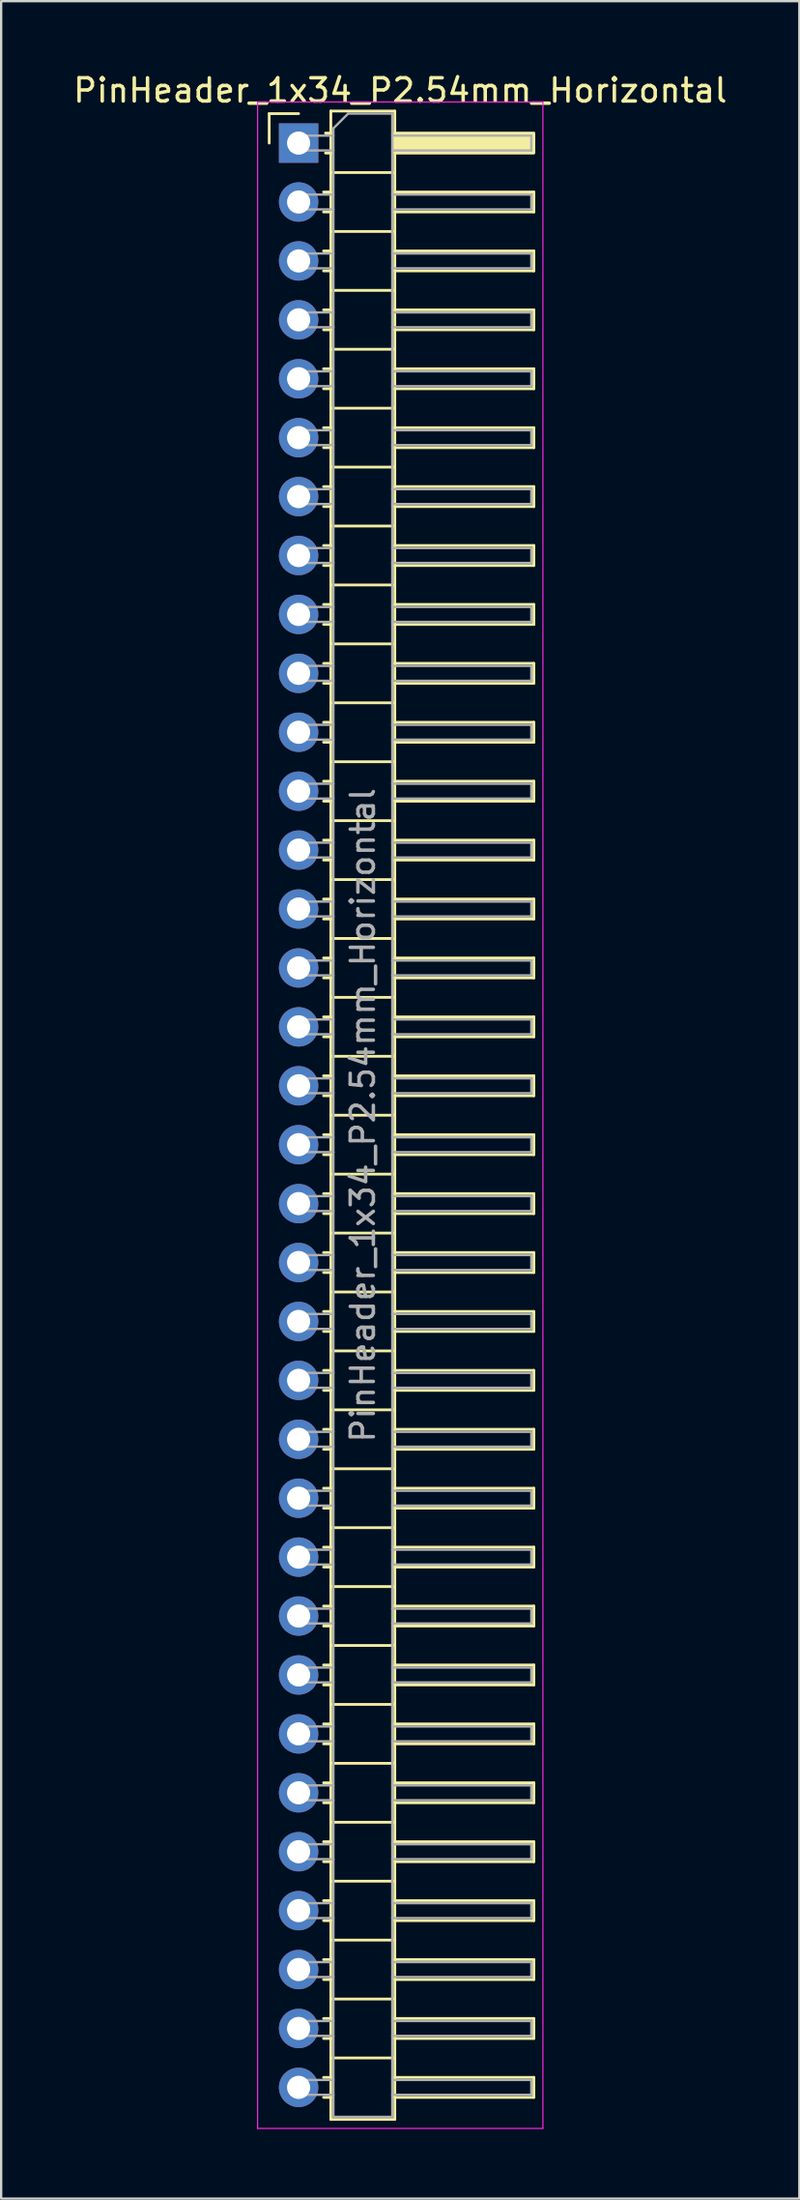
<source format=kicad_pcb>
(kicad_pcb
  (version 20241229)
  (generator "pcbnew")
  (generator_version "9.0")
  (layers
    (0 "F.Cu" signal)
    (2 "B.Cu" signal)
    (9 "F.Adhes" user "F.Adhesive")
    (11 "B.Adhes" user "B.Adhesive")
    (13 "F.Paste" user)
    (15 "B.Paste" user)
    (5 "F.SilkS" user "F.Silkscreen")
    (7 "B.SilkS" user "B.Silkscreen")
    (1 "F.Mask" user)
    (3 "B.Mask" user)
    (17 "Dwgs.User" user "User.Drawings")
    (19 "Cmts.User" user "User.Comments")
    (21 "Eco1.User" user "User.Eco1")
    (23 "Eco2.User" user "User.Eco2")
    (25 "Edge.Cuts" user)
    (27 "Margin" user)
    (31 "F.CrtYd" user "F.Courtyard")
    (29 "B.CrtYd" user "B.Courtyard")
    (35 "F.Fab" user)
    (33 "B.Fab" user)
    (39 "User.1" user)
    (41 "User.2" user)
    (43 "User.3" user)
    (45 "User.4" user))
  (footprint "PinHeader_1x34_P2.54mm_Horizontal"
    (layer "F.Cu")
    (at 9.835 3.118)
    (property "Reference" "PinHeader_1x34_P2.54mm_Horizontal" (at 4.385 -2.27 0) (layer "F.SilkS") (effects (font (size 1 1) (thickness 0.15))))
    (attr through_hole)
    (fp_line (start -1.27 -1.27) (end 0 -1.27) (stroke (width 0.12) (type solid)) (layer "F.SilkS"))
    (fp_line (start -1.27 0) (end -1.27 -1.27) (stroke (width 0.12) (type solid)) (layer "F.SilkS"))
    (fp_line (start 1.077 2.11) (end 1.39 2.11) (stroke (width 0.12) (type solid)) (layer "F.SilkS"))
    (fp_line (start 1.077 2.97) (end 1.39 2.97) (stroke (width 0.12) (type solid)) (layer "F.SilkS"))
    (fp_line (start 1.077 4.65) (end 1.39 4.65) (stroke (width 0.12) (type solid)) (layer "F.SilkS"))
    (fp_line (start 1.077 5.51) (end 1.39 5.51) (stroke (width 0.12) (type solid)) (layer "F.SilkS"))
    (fp_line (start 1.077 7.19) (end 1.39 7.19) (stroke (width 0.12) (type solid)) (layer "F.SilkS"))
    (fp_line (start 1.077 8.05) (end 1.39 8.05) (stroke (width 0.12) (type solid)) (layer "F.SilkS"))
    (fp_line (start 1.077 9.73) (end 1.39 9.73) (stroke (width 0.12) (type solid)) (layer "F.SilkS"))
    (fp_line (start 1.077 10.59) (end 1.39 10.59) (stroke (width 0.12) (type solid)) (layer "F.SilkS"))
    (fp_line (start 1.077 12.27) (end 1.39 12.27) (stroke (width 0.12) (type solid)) (layer "F.SilkS"))
    (fp_line (start 1.077 13.13) (end 1.39 13.13) (stroke (width 0.12) (type solid)) (layer "F.SilkS"))
    (fp_line (start 1.077 14.81) (end 1.39 14.81) (stroke (width 0.12) (type solid)) (layer "F.SilkS"))
    (fp_line (start 1.077 15.67) (end 1.39 15.67) (stroke (width 0.12) (type solid)) (layer "F.SilkS"))
    (fp_line (start 1.077 17.35) (end 1.39 17.35) (stroke (width 0.12) (type solid)) (layer "F.SilkS"))
    (fp_line (start 1.077 18.21) (end 1.39 18.21) (stroke (width 0.12) (type solid)) (layer "F.SilkS"))
    (fp_line (start 1.077 19.89) (end 1.39 19.89) (stroke (width 0.12) (type solid)) (layer "F.SilkS"))
    (fp_line (start 1.077 20.75) (end 1.39 20.75) (stroke (width 0.12) (type solid)) (layer "F.SilkS"))
    (fp_line (start 1.077 22.43) (end 1.39 22.43) (stroke (width 0.12) (type solid)) (layer "F.SilkS"))
    (fp_line (start 1.077 23.29) (end 1.39 23.29) (stroke (width 0.12) (type solid)) (layer "F.SilkS"))
    (fp_line (start 1.077 24.97) (end 1.39 24.97) (stroke (width 0.12) (type solid)) (layer "F.SilkS"))
    (fp_line (start 1.077 25.83) (end 1.39 25.83) (stroke (width 0.12) (type solid)) (layer "F.SilkS"))
    (fp_line (start 1.077 27.51) (end 1.39 27.51) (stroke (width 0.12) (type solid)) (layer "F.SilkS"))
    (fp_line (start 1.077 28.37) (end 1.39 28.37) (stroke (width 0.12) (type solid)) (layer "F.SilkS"))
    (fp_line (start 1.077 30.05) (end 1.39 30.05) (stroke (width 0.12) (type solid)) (layer "F.SilkS"))
    (fp_line (start 1.077 30.91) (end 1.39 30.91) (stroke (width 0.12) (type solid)) (layer "F.SilkS"))
    (fp_line (start 1.077 32.59) (end 1.39 32.59) (stroke (width 0.12) (type solid)) (layer "F.SilkS"))
    (fp_line (start 1.077 33.45) (end 1.39 33.45) (stroke (width 0.12) (type solid)) (layer "F.SilkS"))
    (fp_line (start 1.077 35.13) (end 1.39 35.13) (stroke (width 0.12) (type solid)) (layer "F.SilkS"))
    (fp_line (start 1.077 35.99) (end 1.39 35.99) (stroke (width 0.12) (type solid)) (layer "F.SilkS"))
    (fp_line (start 1.077 37.67) (end 1.39 37.67) (stroke (width 0.12) (type solid)) (layer "F.SilkS"))
    (fp_line (start 1.077 38.53) (end 1.39 38.53) (stroke (width 0.12) (type solid)) (layer "F.SilkS"))
    (fp_line (start 1.077 40.21) (end 1.39 40.21) (stroke (width 0.12) (type solid)) (layer "F.SilkS"))
    (fp_line (start 1.077 41.07) (end 1.39 41.07) (stroke (width 0.12) (type solid)) (layer "F.SilkS"))
    (fp_line (start 1.077 42.75) (end 1.39 42.75) (stroke (width 0.12) (type solid)) (layer "F.SilkS"))
    (fp_line (start 1.077 43.61) (end 1.39 43.61) (stroke (width 0.12) (type solid)) (layer "F.SilkS"))
    (fp_line (start 1.077 45.29) (end 1.39 45.29) (stroke (width 0.12) (type solid)) (layer "F.SilkS"))
    (fp_line (start 1.077 46.15) (end 1.39 46.15) (stroke (width 0.12) (type solid)) (layer "F.SilkS"))
    (fp_line (start 1.077 47.83) (end 1.39 47.83) (stroke (width 0.12) (type solid)) (layer "F.SilkS"))
    (fp_line (start 1.077 48.69) (end 1.39 48.69) (stroke (width 0.12) (type solid)) (layer "F.SilkS"))
    (fp_line (start 1.077 50.37) (end 1.39 50.37) (stroke (width 0.12) (type solid)) (layer "F.SilkS"))
    (fp_line (start 1.077 51.23) (end 1.39 51.23) (stroke (width 0.12) (type solid)) (layer "F.SilkS"))
    (fp_line (start 1.077 52.91) (end 1.39 52.91) (stroke (width 0.12) (type solid)) (layer "F.SilkS"))
    (fp_line (start 1.077 53.77) (end 1.39 53.77) (stroke (width 0.12) (type solid)) (layer "F.SilkS"))
    (fp_line (start 1.077 55.45) (end 1.39 55.45) (stroke (width 0.12) (type solid)) (layer "F.SilkS"))
    (fp_line (start 1.077 56.31) (end 1.39 56.31) (stroke (width 0.12) (type solid)) (layer "F.SilkS"))
    (fp_line (start 1.077 57.99) (end 1.39 57.99) (stroke (width 0.12) (type solid)) (layer "F.SilkS"))
    (fp_line (start 1.077 58.85) (end 1.39 58.85) (stroke (width 0.12) (type solid)) (layer "F.SilkS"))
    (fp_line (start 1.077 60.53) (end 1.39 60.53) (stroke (width 0.12) (type solid)) (layer "F.SilkS"))
    (fp_line (start 1.077 61.39) (end 1.39 61.39) (stroke (width 0.12) (type solid)) (layer "F.SilkS"))
    (fp_line (start 1.077 63.07) (end 1.39 63.07) (stroke (width 0.12) (type solid)) (layer "F.SilkS"))
    (fp_line (start 1.077 63.93) (end 1.39 63.93) (stroke (width 0.12) (type solid)) (layer "F.SilkS"))
    (fp_line (start 1.077 65.61) (end 1.39 65.61) (stroke (width 0.12) (type solid)) (layer "F.SilkS"))
    (fp_line (start 1.077 66.47) (end 1.39 66.47) (stroke (width 0.12) (type solid)) (layer "F.SilkS"))
    (fp_line (start 1.077 68.15) (end 1.39 68.15) (stroke (width 0.12) (type solid)) (layer "F.SilkS"))
    (fp_line (start 1.077 69.01) (end 1.39 69.01) (stroke (width 0.12) (type solid)) (layer "F.SilkS"))
    (fp_line (start 1.077 70.69) (end 1.39 70.69) (stroke (width 0.12) (type solid)) (layer "F.SilkS"))
    (fp_line (start 1.077 71.55) (end 1.39 71.55) (stroke (width 0.12) (type solid)) (layer "F.SilkS"))
    (fp_line (start 1.077 73.23) (end 1.39 73.23) (stroke (width 0.12) (type solid)) (layer "F.SilkS"))
    (fp_line (start 1.077 74.09) (end 1.39 74.09) (stroke (width 0.12) (type solid)) (layer "F.SilkS"))
    (fp_line (start 1.077 75.77) (end 1.39 75.77) (stroke (width 0.12) (type solid)) (layer "F.SilkS"))
    (fp_line (start 1.077 76.63) (end 1.39 76.63) (stroke (width 0.12) (type solid)) (layer "F.SilkS"))
    (fp_line (start 1.077 78.31) (end 1.39 78.31) (stroke (width 0.12) (type solid)) (layer "F.SilkS"))
    (fp_line (start 1.077 79.17) (end 1.39 79.17) (stroke (width 0.12) (type solid)) (layer "F.SilkS"))
    (fp_line (start 1.077 80.85) (end 1.39 80.85) (stroke (width 0.12) (type solid)) (layer "F.SilkS"))
    (fp_line (start 1.077 81.71) (end 1.39 81.71) (stroke (width 0.12) (type solid)) (layer "F.SilkS"))
    (fp_line (start 1.077 83.39) (end 1.39 83.39) (stroke (width 0.12) (type solid)) (layer "F.SilkS"))
    (fp_line (start 1.077 84.25) (end 1.39 84.25) (stroke (width 0.12) (type solid)) (layer "F.SilkS"))
    (fp_line (start 1.16 -0.43) (end 1.39 -0.43) (stroke (width 0.12) (type solid)) (layer "F.SilkS"))
    (fp_line (start 1.16 0.43) (end 1.39 0.43) (stroke (width 0.12) (type solid)) (layer "F.SilkS"))
    (fp_line (start 1.39 -1.38) (end 1.39 85.2) (stroke (width 0.12) (type solid)) (layer "F.SilkS"))
    (fp_line (start 1.39 1.27) (end 4.15 1.27) (stroke (width 0.12) (type solid)) (layer "F.SilkS"))
    (fp_line (start 1.39 3.81) (end 4.15 3.81) (stroke (width 0.12) (type solid)) (layer "F.SilkS"))
    (fp_line (start 1.39 6.35) (end 4.15 6.35) (stroke (width 0.12) (type solid)) (layer "F.SilkS"))
    (fp_line (start 1.39 8.89) (end 4.15 8.89) (stroke (width 0.12) (type solid)) (layer "F.SilkS"))
    (fp_line (start 1.39 11.43) (end 4.15 11.43) (stroke (width 0.12) (type solid)) (layer "F.SilkS"))
    (fp_line (start 1.39 13.97) (end 4.15 13.97) (stroke (width 0.12) (type solid)) (layer "F.SilkS"))
    (fp_line (start 1.39 16.51) (end 4.15 16.51) (stroke (width 0.12) (type solid)) (layer "F.SilkS"))
    (fp_line (start 1.39 19.05) (end 4.15 19.05) (stroke (width 0.12) (type solid)) (layer "F.SilkS"))
    (fp_line (start 1.39 21.59) (end 4.15 21.59) (stroke (width 0.12) (type solid)) (layer "F.SilkS"))
    (fp_line (start 1.39 24.13) (end 4.15 24.13) (stroke (width 0.12) (type solid)) (layer "F.SilkS"))
    (fp_line (start 1.39 26.67) (end 4.15 26.67) (stroke (width 0.12) (type solid)) (layer "F.SilkS"))
    (fp_line (start 1.39 29.21) (end 4.15 29.21) (stroke (width 0.12) (type solid)) (layer "F.SilkS"))
    (fp_line (start 1.39 31.75) (end 4.15 31.75) (stroke (width 0.12) (type solid)) (layer "F.SilkS"))
    (fp_line (start 1.39 34.29) (end 4.15 34.29) (stroke (width 0.12) (type solid)) (layer "F.SilkS"))
    (fp_line (start 1.39 36.83) (end 4.15 36.83) (stroke (width 0.12) (type solid)) (layer "F.SilkS"))
    (fp_line (start 1.39 39.37) (end 4.15 39.37) (stroke (width 0.12) (type solid)) (layer "F.SilkS"))
    (fp_line (start 1.39 41.91) (end 4.15 41.91) (stroke (width 0.12) (type solid)) (layer "F.SilkS"))
    (fp_line (start 1.39 44.45) (end 4.15 44.45) (stroke (width 0.12) (type solid)) (layer "F.SilkS"))
    (fp_line (start 1.39 46.99) (end 4.15 46.99) (stroke (width 0.12) (type solid)) (layer "F.SilkS"))
    (fp_line (start 1.39 49.53) (end 4.15 49.53) (stroke (width 0.12) (type solid)) (layer "F.SilkS"))
    (fp_line (start 1.39 52.07) (end 4.15 52.07) (stroke (width 0.12) (type solid)) (layer "F.SilkS"))
    (fp_line (start 1.39 54.61) (end 4.15 54.61) (stroke (width 0.12) (type solid)) (layer "F.SilkS"))
    (fp_line (start 1.39 57.15) (end 4.15 57.15) (stroke (width 0.12) (type solid)) (layer "F.SilkS"))
    (fp_line (start 1.39 59.69) (end 4.15 59.69) (stroke (width 0.12) (type solid)) (layer "F.SilkS"))
    (fp_line (start 1.39 62.23) (end 4.15 62.23) (stroke (width 0.12) (type solid)) (layer "F.SilkS"))
    (fp_line (start 1.39 64.77) (end 4.15 64.77) (stroke (width 0.12) (type solid)) (layer "F.SilkS"))
    (fp_line (start 1.39 67.31) (end 4.15 67.31) (stroke (width 0.12) (type solid)) (layer "F.SilkS"))
    (fp_line (start 1.39 69.85) (end 4.15 69.85) (stroke (width 0.12) (type solid)) (layer "F.SilkS"))
    (fp_line (start 1.39 72.39) (end 4.15 72.39) (stroke (width 0.12) (type solid)) (layer "F.SilkS"))
    (fp_line (start 1.39 74.93) (end 4.15 74.93) (stroke (width 0.12) (type solid)) (layer "F.SilkS"))
    (fp_line (start 1.39 77.47) (end 4.15 77.47) (stroke (width 0.12) (type solid)) (layer "F.SilkS"))
    (fp_line (start 1.39 80.01) (end 4.15 80.01) (stroke (width 0.12) (type solid)) (layer "F.SilkS"))
    (fp_line (start 1.39 82.55) (end 4.15 82.55) (stroke (width 0.12) (type solid)) (layer "F.SilkS"))
    (fp_line (start 1.39 85.2) (end 4.15 85.2) (stroke (width 0.12) (type solid)) (layer "F.SilkS"))
    (fp_line (start 4.15 -1.38) (end 1.39 -1.38) (stroke (width 0.12) (type solid)) (layer "F.SilkS"))
    (fp_line (start 4.15 2.11) (end 10.15 2.11) (stroke (width 0.12) (type solid)) (layer "F.SilkS"))
    (fp_line (start 4.15 4.65) (end 10.15 4.65) (stroke (width 0.12) (type solid)) (layer "F.SilkS"))
    (fp_line (start 4.15 7.19) (end 10.15 7.19) (stroke (width 0.12) (type solid)) (layer "F.SilkS"))
    (fp_line (start 4.15 9.73) (end 10.15 9.73) (stroke (width 0.12) (type solid)) (layer "F.SilkS"))
    (fp_line (start 4.15 12.27) (end 10.15 12.27) (stroke (width 0.12) (type solid)) (layer "F.SilkS"))
    (fp_line (start 4.15 14.81) (end 10.15 14.81) (stroke (width 0.12) (type solid)) (layer "F.SilkS"))
    (fp_line (start 4.15 17.35) (end 10.15 17.35) (stroke (width 0.12) (type solid)) (layer "F.SilkS"))
    (fp_line (start 4.15 19.89) (end 10.15 19.89) (stroke (width 0.12) (type solid)) (layer "F.SilkS"))
    (fp_line (start 4.15 22.43) (end 10.15 22.43) (stroke (width 0.12) (type solid)) (layer "F.SilkS"))
    (fp_line (start 4.15 24.97) (end 10.15 24.97) (stroke (width 0.12) (type solid)) (layer "F.SilkS"))
    (fp_line (start 4.15 27.51) (end 10.15 27.51) (stroke (width 0.12) (type solid)) (layer "F.SilkS"))
    (fp_line (start 4.15 30.05) (end 10.15 30.05) (stroke (width 0.12) (type solid)) (layer "F.SilkS"))
    (fp_line (start 4.15 32.59) (end 10.15 32.59) (stroke (width 0.12) (type solid)) (layer "F.SilkS"))
    (fp_line (start 4.15 35.13) (end 10.15 35.13) (stroke (width 0.12) (type solid)) (layer "F.SilkS"))
    (fp_line (start 4.15 37.67) (end 10.15 37.67) (stroke (width 0.12) (type solid)) (layer "F.SilkS"))
    (fp_line (start 4.15 40.21) (end 10.15 40.21) (stroke (width 0.12) (type solid)) (layer "F.SilkS"))
    (fp_line (start 4.15 42.75) (end 10.15 42.75) (stroke (width 0.12) (type solid)) (layer "F.SilkS"))
    (fp_line (start 4.15 45.29) (end 10.15 45.29) (stroke (width 0.12) (type solid)) (layer "F.SilkS"))
    (fp_line (start 4.15 47.83) (end 10.15 47.83) (stroke (width 0.12) (type solid)) (layer "F.SilkS"))
    (fp_line (start 4.15 50.37) (end 10.15 50.37) (stroke (width 0.12) (type solid)) (layer "F.SilkS"))
    (fp_line (start 4.15 52.91) (end 10.15 52.91) (stroke (width 0.12) (type solid)) (layer "F.SilkS"))
    (fp_line (start 4.15 55.45) (end 10.15 55.45) (stroke (width 0.12) (type solid)) (layer "F.SilkS"))
    (fp_line (start 4.15 57.99) (end 10.15 57.99) (stroke (width 0.12) (type solid)) (layer "F.SilkS"))
    (fp_line (start 4.15 60.53) (end 10.15 60.53) (stroke (width 0.12) (type solid)) (layer "F.SilkS"))
    (fp_line (start 4.15 63.07) (end 10.15 63.07) (stroke (width 0.12) (type solid)) (layer "F.SilkS"))
    (fp_line (start 4.15 65.61) (end 10.15 65.61) (stroke (width 0.12) (type solid)) (layer "F.SilkS"))
    (fp_line (start 4.15 68.15) (end 10.15 68.15) (stroke (width 0.12) (type solid)) (layer "F.SilkS"))
    (fp_line (start 4.15 70.69) (end 10.15 70.69) (stroke (width 0.12) (type solid)) (layer "F.SilkS"))
    (fp_line (start 4.15 73.23) (end 10.15 73.23) (stroke (width 0.12) (type solid)) (layer "F.SilkS"))
    (fp_line (start 4.15 75.77) (end 10.15 75.77) (stroke (width 0.12) (type solid)) (layer "F.SilkS"))
    (fp_line (start 4.15 78.31) (end 10.15 78.31) (stroke (width 0.12) (type solid)) (layer "F.SilkS"))
    (fp_line (start 4.15 80.85) (end 10.15 80.85) (stroke (width 0.12) (type solid)) (layer "F.SilkS"))
    (fp_line (start 4.15 83.39) (end 10.15 83.39) (stroke (width 0.12) (type solid)) (layer "F.SilkS"))
    (fp_line (start 4.15 85.2) (end 4.15 -1.38) (stroke (width 0.12) (type solid)) (layer "F.SilkS"))
    (fp_line (start 10.15 2.11) (end 10.15 2.97) (stroke (width 0.12) (type solid)) (layer "F.SilkS"))
    (fp_line (start 10.15 2.97) (end 4.15 2.97) (stroke (width 0.12) (type solid)) (layer "F.SilkS"))
    (fp_line (start 10.15 4.65) (end 10.15 5.51) (stroke (width 0.12) (type solid)) (layer "F.SilkS"))
    (fp_line (start 10.15 5.51) (end 4.15 5.51) (stroke (width 0.12) (type solid)) (layer "F.SilkS"))
    (fp_line (start 10.15 7.19) (end 10.15 8.05) (stroke (width 0.12) (type solid)) (layer "F.SilkS"))
    (fp_line (start 10.15 8.05) (end 4.15 8.05) (stroke (width 0.12) (type solid)) (layer "F.SilkS"))
    (fp_line (start 10.15 9.73) (end 10.15 10.59) (stroke (width 0.12) (type solid)) (layer "F.SilkS"))
    (fp_line (start 10.15 10.59) (end 4.15 10.59) (stroke (width 0.12) (type solid)) (layer "F.SilkS"))
    (fp_line (start 10.15 12.27) (end 10.15 13.13) (stroke (width 0.12) (type solid)) (layer "F.SilkS"))
    (fp_line (start 10.15 13.13) (end 4.15 13.13) (stroke (width 0.12) (type solid)) (layer "F.SilkS"))
    (fp_line (start 10.15 14.81) (end 10.15 15.67) (stroke (width 0.12) (type solid)) (layer "F.SilkS"))
    (fp_line (start 10.15 15.67) (end 4.15 15.67) (stroke (width 0.12) (type solid)) (layer "F.SilkS"))
    (fp_line (start 10.15 17.35) (end 10.15 18.21) (stroke (width 0.12) (type solid)) (layer "F.SilkS"))
    (fp_line (start 10.15 18.21) (end 4.15 18.21) (stroke (width 0.12) (type solid)) (layer "F.SilkS"))
    (fp_line (start 10.15 19.89) (end 10.15 20.75) (stroke (width 0.12) (type solid)) (layer "F.SilkS"))
    (fp_line (start 10.15 20.75) (end 4.15 20.75) (stroke (width 0.12) (type solid)) (layer "F.SilkS"))
    (fp_line (start 10.15 22.43) (end 10.15 23.29) (stroke (width 0.12) (type solid)) (layer "F.SilkS"))
    (fp_line (start 10.15 23.29) (end 4.15 23.29) (stroke (width 0.12) (type solid)) (layer "F.SilkS"))
    (fp_line (start 10.15 24.97) (end 10.15 25.83) (stroke (width 0.12) (type solid)) (layer "F.SilkS"))
    (fp_line (start 10.15 25.83) (end 4.15 25.83) (stroke (width 0.12) (type solid)) (layer "F.SilkS"))
    (fp_line (start 10.15 27.51) (end 10.15 28.37) (stroke (width 0.12) (type solid)) (layer "F.SilkS"))
    (fp_line (start 10.15 28.37) (end 4.15 28.37) (stroke (width 0.12) (type solid)) (layer "F.SilkS"))
    (fp_line (start 10.15 30.05) (end 10.15 30.91) (stroke (width 0.12) (type solid)) (layer "F.SilkS"))
    (fp_line (start 10.15 30.91) (end 4.15 30.91) (stroke (width 0.12) (type solid)) (layer "F.SilkS"))
    (fp_line (start 10.15 32.59) (end 10.15 33.45) (stroke (width 0.12) (type solid)) (layer "F.SilkS"))
    (fp_line (start 10.15 33.45) (end 4.15 33.45) (stroke (width 0.12) (type solid)) (layer "F.SilkS"))
    (fp_line (start 10.15 35.13) (end 10.15 35.99) (stroke (width 0.12) (type solid)) (layer "F.SilkS"))
    (fp_line (start 10.15 35.99) (end 4.15 35.99) (stroke (width 0.12) (type solid)) (layer "F.SilkS"))
    (fp_line (start 10.15 37.67) (end 10.15 38.53) (stroke (width 0.12) (type solid)) (layer "F.SilkS"))
    (fp_line (start 10.15 38.53) (end 4.15 38.53) (stroke (width 0.12) (type solid)) (layer "F.SilkS"))
    (fp_line (start 10.15 40.21) (end 10.15 41.07) (stroke (width 0.12) (type solid)) (layer "F.SilkS"))
    (fp_line (start 10.15 41.07) (end 4.15 41.07) (stroke (width 0.12) (type solid)) (layer "F.SilkS"))
    (fp_line (start 10.15 42.75) (end 10.15 43.61) (stroke (width 0.12) (type solid)) (layer "F.SilkS"))
    (fp_line (start 10.15 43.61) (end 4.15 43.61) (stroke (width 0.12) (type solid)) (layer "F.SilkS"))
    (fp_line (start 10.15 45.29) (end 10.15 46.15) (stroke (width 0.12) (type solid)) (layer "F.SilkS"))
    (fp_line (start 10.15 46.15) (end 4.15 46.15) (stroke (width 0.12) (type solid)) (layer "F.SilkS"))
    (fp_line (start 10.15 47.83) (end 10.15 48.69) (stroke (width 0.12) (type solid)) (layer "F.SilkS"))
    (fp_line (start 10.15 48.69) (end 4.15 48.69) (stroke (width 0.12) (type solid)) (layer "F.SilkS"))
    (fp_line (start 10.15 50.37) (end 10.15 51.23) (stroke (width 0.12) (type solid)) (layer "F.SilkS"))
    (fp_line (start 10.15 51.23) (end 4.15 51.23) (stroke (width 0.12) (type solid)) (layer "F.SilkS"))
    (fp_line (start 10.15 52.91) (end 10.15 53.77) (stroke (width 0.12) (type solid)) (layer "F.SilkS"))
    (fp_line (start 10.15 53.77) (end 4.15 53.77) (stroke (width 0.12) (type solid)) (layer "F.SilkS"))
    (fp_line (start 10.15 55.45) (end 10.15 56.31) (stroke (width 0.12) (type solid)) (layer "F.SilkS"))
    (fp_line (start 10.15 56.31) (end 4.15 56.31) (stroke (width 0.12) (type solid)) (layer "F.SilkS"))
    (fp_line (start 10.15 57.99) (end 10.15 58.85) (stroke (width 0.12) (type solid)) (layer "F.SilkS"))
    (fp_line (start 10.15 58.85) (end 4.15 58.85) (stroke (width 0.12) (type solid)) (layer "F.SilkS"))
    (fp_line (start 10.15 60.53) (end 10.15 61.39) (stroke (width 0.12) (type solid)) (layer "F.SilkS"))
    (fp_line (start 10.15 61.39) (end 4.15 61.39) (stroke (width 0.12) (type solid)) (layer "F.SilkS"))
    (fp_line (start 10.15 63.07) (end 10.15 63.93) (stroke (width 0.12) (type solid)) (layer "F.SilkS"))
    (fp_line (start 10.15 63.93) (end 4.15 63.93) (stroke (width 0.12) (type solid)) (layer "F.SilkS"))
    (fp_line (start 10.15 65.61) (end 10.15 66.47) (stroke (width 0.12) (type solid)) (layer "F.SilkS"))
    (fp_line (start 10.15 66.47) (end 4.15 66.47) (stroke (width 0.12) (type solid)) (layer "F.SilkS"))
    (fp_line (start 10.15 68.15) (end 10.15 69.01) (stroke (width 0.12) (type solid)) (layer "F.SilkS"))
    (fp_line (start 10.15 69.01) (end 4.15 69.01) (stroke (width 0.12) (type solid)) (layer "F.SilkS"))
    (fp_line (start 10.15 70.69) (end 10.15 71.55) (stroke (width 0.12) (type solid)) (layer "F.SilkS"))
    (fp_line (start 10.15 71.55) (end 4.15 71.55) (stroke (width 0.12) (type solid)) (layer "F.SilkS"))
    (fp_line (start 10.15 73.23) (end 10.15 74.09) (stroke (width 0.12) (type solid)) (layer "F.SilkS"))
    (fp_line (start 10.15 74.09) (end 4.15 74.09) (stroke (width 0.12) (type solid)) (layer "F.SilkS"))
    (fp_line (start 10.15 75.77) (end 10.15 76.63) (stroke (width 0.12) (type solid)) (layer "F.SilkS"))
    (fp_line (start 10.15 76.63) (end 4.15 76.63) (stroke (width 0.12) (type solid)) (layer "F.SilkS"))
    (fp_line (start 10.15 78.31) (end 10.15 79.17) (stroke (width 0.12) (type solid)) (layer "F.SilkS"))
    (fp_line (start 10.15 79.17) (end 4.15 79.17) (stroke (width 0.12) (type solid)) (layer "F.SilkS"))
    (fp_line (start 10.15 80.85) (end 10.15 81.71) (stroke (width 0.12) (type solid)) (layer "F.SilkS"))
    (fp_line (start 10.15 81.71) (end 4.15 81.71) (stroke (width 0.12) (type solid)) (layer "F.SilkS"))
    (fp_line (start 10.15 83.39) (end 10.15 84.25) (stroke (width 0.12) (type solid)) (layer "F.SilkS"))
    (fp_line (start 10.15 84.25) (end 4.15 84.25) (stroke (width 0.12) (type solid)) (layer "F.SilkS"))
    (fp_rect (start 4.15 -0.43) (end 10.15 0.43) (stroke (width 0.12) (type solid)) (fill yes) (layer "F.SilkS"))
    (fp_line (start -1.77 -1.77) (end -1.77 85.59) (stroke (width 0.05) (type solid)) (layer "F.CrtYd"))
    (fp_line (start -1.77 85.59) (end 10.54 85.59) (stroke (width 0.05) (type solid)) (layer "F.CrtYd"))
    (fp_line (start 10.54 -1.77) (end -1.77 -1.77) (stroke (width 0.05) (type solid)) (layer "F.CrtYd"))
    (fp_line (start 10.54 85.59) (end 10.54 -1.77) (stroke (width 0.05) (type solid)) (layer "F.CrtYd"))
    (fp_line (start -0.32 -0.32) (end -0.32 0.32) (stroke (width 0.1) (type solid)) (layer "F.Fab"))
    (fp_line (start -0.32 -0.32) (end 1.5 -0.32) (stroke (width 0.1) (type solid)) (layer "F.Fab"))
    (fp_line (start -0.32 0.32) (end 1.5 0.32) (stroke (width 0.1) (type solid)) (layer "F.Fab"))
    (fp_line (start -0.32 2.22) (end -0.32 2.86) (stroke (width 0.1) (type solid)) (layer "F.Fab"))
    (fp_line (start -0.32 2.22) (end 1.5 2.22) (stroke (width 0.1) (type solid)) (layer "F.Fab"))
    (fp_line (start -0.32 2.86) (end 1.5 2.86) (stroke (width 0.1) (type solid)) (layer "F.Fab"))
    (fp_line (start -0.32 4.76) (end -0.32 5.4) (stroke (width 0.1) (type solid)) (layer "F.Fab"))
    (fp_line (start -0.32 4.76) (end 1.5 4.76) (stroke (width 0.1) (type solid)) (layer "F.Fab"))
    (fp_line (start -0.32 5.4) (end 1.5 5.4) (stroke (width 0.1) (type solid)) (layer "F.Fab"))
    (fp_line (start -0.32 7.3) (end -0.32 7.94) (stroke (width 0.1) (type solid)) (layer "F.Fab"))
    (fp_line (start -0.32 7.3) (end 1.5 7.3) (stroke (width 0.1) (type solid)) (layer "F.Fab"))
    (fp_line (start -0.32 7.94) (end 1.5 7.94) (stroke (width 0.1) (type solid)) (layer "F.Fab"))
    (fp_line (start -0.32 9.84) (end -0.32 10.48) (stroke (width 0.1) (type solid)) (layer "F.Fab"))
    (fp_line (start -0.32 9.84) (end 1.5 9.84) (stroke (width 0.1) (type solid)) (layer "F.Fab"))
    (fp_line (start -0.32 10.48) (end 1.5 10.48) (stroke (width 0.1) (type solid)) (layer "F.Fab"))
    (fp_line (start -0.32 12.38) (end -0.32 13.02) (stroke (width 0.1) (type solid)) (layer "F.Fab"))
    (fp_line (start -0.32 12.38) (end 1.5 12.38) (stroke (width 0.1) (type solid)) (layer "F.Fab"))
    (fp_line (start -0.32 13.02) (end 1.5 13.02) (stroke (width 0.1) (type solid)) (layer "F.Fab"))
    (fp_line (start -0.32 14.92) (end -0.32 15.56) (stroke (width 0.1) (type solid)) (layer "F.Fab"))
    (fp_line (start -0.32 14.92) (end 1.5 14.92) (stroke (width 0.1) (type solid)) (layer "F.Fab"))
    (fp_line (start -0.32 15.56) (end 1.5 15.56) (stroke (width 0.1) (type solid)) (layer "F.Fab"))
    (fp_line (start -0.32 17.46) (end -0.32 18.1) (stroke (width 0.1) (type solid)) (layer "F.Fab"))
    (fp_line (start -0.32 17.46) (end 1.5 17.46) (stroke (width 0.1) (type solid)) (layer "F.Fab"))
    (fp_line (start -0.32 18.1) (end 1.5 18.1) (stroke (width 0.1) (type solid)) (layer "F.Fab"))
    (fp_line (start -0.32 20) (end -0.32 20.64) (stroke (width 0.1) (type solid)) (layer "F.Fab"))
    (fp_line (start -0.32 20) (end 1.5 20) (stroke (width 0.1) (type solid)) (layer "F.Fab"))
    (fp_line (start -0.32 20.64) (end 1.5 20.64) (stroke (width 0.1) (type solid)) (layer "F.Fab"))
    (fp_line (start -0.32 22.54) (end -0.32 23.18) (stroke (width 0.1) (type solid)) (layer "F.Fab"))
    (fp_line (start -0.32 22.54) (end 1.5 22.54) (stroke (width 0.1) (type solid)) (layer "F.Fab"))
    (fp_line (start -0.32 23.18) (end 1.5 23.18) (stroke (width 0.1) (type solid)) (layer "F.Fab"))
    (fp_line (start -0.32 25.08) (end -0.32 25.72) (stroke (width 0.1) (type solid)) (layer "F.Fab"))
    (fp_line (start -0.32 25.08) (end 1.5 25.08) (stroke (width 0.1) (type solid)) (layer "F.Fab"))
    (fp_line (start -0.32 25.72) (end 1.5 25.72) (stroke (width 0.1) (type solid)) (layer "F.Fab"))
    (fp_line (start -0.32 27.62) (end -0.32 28.26) (stroke (width 0.1) (type solid)) (layer "F.Fab"))
    (fp_line (start -0.32 27.62) (end 1.5 27.62) (stroke (width 0.1) (type solid)) (layer "F.Fab"))
    (fp_line (start -0.32 28.26) (end 1.5 28.26) (stroke (width 0.1) (type solid)) (layer "F.Fab"))
    (fp_line (start -0.32 30.16) (end -0.32 30.8) (stroke (width 0.1) (type solid)) (layer "F.Fab"))
    (fp_line (start -0.32 30.16) (end 1.5 30.16) (stroke (width 0.1) (type solid)) (layer "F.Fab"))
    (fp_line (start -0.32 30.8) (end 1.5 30.8) (stroke (width 0.1) (type solid)) (layer "F.Fab"))
    (fp_line (start -0.32 32.7) (end -0.32 33.34) (stroke (width 0.1) (type solid)) (layer "F.Fab"))
    (fp_line (start -0.32 32.7) (end 1.5 32.7) (stroke (width 0.1) (type solid)) (layer "F.Fab"))
    (fp_line (start -0.32 33.34) (end 1.5 33.34) (stroke (width 0.1) (type solid)) (layer "F.Fab"))
    (fp_line (start -0.32 35.24) (end -0.32 35.88) (stroke (width 0.1) (type solid)) (layer "F.Fab"))
    (fp_line (start -0.32 35.24) (end 1.5 35.24) (stroke (width 0.1) (type solid)) (layer "F.Fab"))
    (fp_line (start -0.32 35.88) (end 1.5 35.88) (stroke (width 0.1) (type solid)) (layer "F.Fab"))
    (fp_line (start -0.32 37.78) (end -0.32 38.42) (stroke (width 0.1) (type solid)) (layer "F.Fab"))
    (fp_line (start -0.32 37.78) (end 1.5 37.78) (stroke (width 0.1) (type solid)) (layer "F.Fab"))
    (fp_line (start -0.32 38.42) (end 1.5 38.42) (stroke (width 0.1) (type solid)) (layer "F.Fab"))
    (fp_line (start -0.32 40.32) (end -0.32 40.96) (stroke (width 0.1) (type solid)) (layer "F.Fab"))
    (fp_line (start -0.32 40.32) (end 1.5 40.32) (stroke (width 0.1) (type solid)) (layer "F.Fab"))
    (fp_line (start -0.32 40.96) (end 1.5 40.96) (stroke (width 0.1) (type solid)) (layer "F.Fab"))
    (fp_line (start -0.32 42.86) (end -0.32 43.5) (stroke (width 0.1) (type solid)) (layer "F.Fab"))
    (fp_line (start -0.32 42.86) (end 1.5 42.86) (stroke (width 0.1) (type solid)) (layer "F.Fab"))
    (fp_line (start -0.32 43.5) (end 1.5 43.5) (stroke (width 0.1) (type solid)) (layer "F.Fab"))
    (fp_line (start -0.32 45.4) (end -0.32 46.04) (stroke (width 0.1) (type solid)) (layer "F.Fab"))
    (fp_line (start -0.32 45.4) (end 1.5 45.4) (stroke (width 0.1) (type solid)) (layer "F.Fab"))
    (fp_line (start -0.32 46.04) (end 1.5 46.04) (stroke (width 0.1) (type solid)) (layer "F.Fab"))
    (fp_line (start -0.32 47.94) (end -0.32 48.58) (stroke (width 0.1) (type solid)) (layer "F.Fab"))
    (fp_line (start -0.32 47.94) (end 1.5 47.94) (stroke (width 0.1) (type solid)) (layer "F.Fab"))
    (fp_line (start -0.32 48.58) (end 1.5 48.58) (stroke (width 0.1) (type solid)) (layer "F.Fab"))
    (fp_line (start -0.32 50.48) (end -0.32 51.12) (stroke (width 0.1) (type solid)) (layer "F.Fab"))
    (fp_line (start -0.32 50.48) (end 1.5 50.48) (stroke (width 0.1) (type solid)) (layer "F.Fab"))
    (fp_line (start -0.32 51.12) (end 1.5 51.12) (stroke (width 0.1) (type solid)) (layer "F.Fab"))
    (fp_line (start -0.32 53.02) (end -0.32 53.66) (stroke (width 0.1) (type solid)) (layer "F.Fab"))
    (fp_line (start -0.32 53.02) (end 1.5 53.02) (stroke (width 0.1) (type solid)) (layer "F.Fab"))
    (fp_line (start -0.32 53.66) (end 1.5 53.66) (stroke (width 0.1) (type solid)) (layer "F.Fab"))
    (fp_line (start -0.32 55.56) (end -0.32 56.2) (stroke (width 0.1) (type solid)) (layer "F.Fab"))
    (fp_line (start -0.32 55.56) (end 1.5 55.56) (stroke (width 0.1) (type solid)) (layer "F.Fab"))
    (fp_line (start -0.32 56.2) (end 1.5 56.2) (stroke (width 0.1) (type solid)) (layer "F.Fab"))
    (fp_line (start -0.32 58.1) (end -0.32 58.74) (stroke (width 0.1) (type solid)) (layer "F.Fab"))
    (fp_line (start -0.32 58.1) (end 1.5 58.1) (stroke (width 0.1) (type solid)) (layer "F.Fab"))
    (fp_line (start -0.32 58.74) (end 1.5 58.74) (stroke (width 0.1) (type solid)) (layer "F.Fab"))
    (fp_line (start -0.32 60.64) (end -0.32 61.28) (stroke (width 0.1) (type solid)) (layer "F.Fab"))
    (fp_line (start -0.32 60.64) (end 1.5 60.64) (stroke (width 0.1) (type solid)) (layer "F.Fab"))
    (fp_line (start -0.32 61.28) (end 1.5 61.28) (stroke (width 0.1) (type solid)) (layer "F.Fab"))
    (fp_line (start -0.32 63.18) (end -0.32 63.82) (stroke (width 0.1) (type solid)) (layer "F.Fab"))
    (fp_line (start -0.32 63.18) (end 1.5 63.18) (stroke (width 0.1) (type solid)) (layer "F.Fab"))
    (fp_line (start -0.32 63.82) (end 1.5 63.82) (stroke (width 0.1) (type solid)) (layer "F.Fab"))
    (fp_line (start -0.32 65.72) (end -0.32 66.36) (stroke (width 0.1) (type solid)) (layer "F.Fab"))
    (fp_line (start -0.32 65.72) (end 1.5 65.72) (stroke (width 0.1) (type solid)) (layer "F.Fab"))
    (fp_line (start -0.32 66.36) (end 1.5 66.36) (stroke (width 0.1) (type solid)) (layer "F.Fab"))
    (fp_line (start -0.32 68.26) (end -0.32 68.9) (stroke (width 0.1) (type solid)) (layer "F.Fab"))
    (fp_line (start -0.32 68.26) (end 1.5 68.26) (stroke (width 0.1) (type solid)) (layer "F.Fab"))
    (fp_line (start -0.32 68.9) (end 1.5 68.9) (stroke (width 0.1) (type solid)) (layer "F.Fab"))
    (fp_line (start -0.32 70.8) (end -0.32 71.44) (stroke (width 0.1) (type solid)) (layer "F.Fab"))
    (fp_line (start -0.32 70.8) (end 1.5 70.8) (stroke (width 0.1) (type solid)) (layer "F.Fab"))
    (fp_line (start -0.32 71.44) (end 1.5 71.44) (stroke (width 0.1) (type solid)) (layer "F.Fab"))
    (fp_line (start -0.32 73.34) (end -0.32 73.98) (stroke (width 0.1) (type solid)) (layer "F.Fab"))
    (fp_line (start -0.32 73.34) (end 1.5 73.34) (stroke (width 0.1) (type solid)) (layer "F.Fab"))
    (fp_line (start -0.32 73.98) (end 1.5 73.98) (stroke (width 0.1) (type solid)) (layer "F.Fab"))
    (fp_line (start -0.32 75.88) (end -0.32 76.52) (stroke (width 0.1) (type solid)) (layer "F.Fab"))
    (fp_line (start -0.32 75.88) (end 1.5 75.88) (stroke (width 0.1) (type solid)) (layer "F.Fab"))
    (fp_line (start -0.32 76.52) (end 1.5 76.52) (stroke (width 0.1) (type solid)) (layer "F.Fab"))
    (fp_line (start -0.32 78.42) (end -0.32 79.06) (stroke (width 0.1) (type solid)) (layer "F.Fab"))
    (fp_line (start -0.32 78.42) (end 1.5 78.42) (stroke (width 0.1) (type solid)) (layer "F.Fab"))
    (fp_line (start -0.32 79.06) (end 1.5 79.06) (stroke (width 0.1) (type solid)) (layer "F.Fab"))
    (fp_line (start -0.32 80.96) (end -0.32 81.6) (stroke (width 0.1) (type solid)) (layer "F.Fab"))
    (fp_line (start -0.32 80.96) (end 1.5 80.96) (stroke (width 0.1) (type solid)) (layer "F.Fab"))
    (fp_line (start -0.32 81.6) (end 1.5 81.6) (stroke (width 0.1) (type solid)) (layer "F.Fab"))
    (fp_line (start -0.32 83.5) (end -0.32 84.14) (stroke (width 0.1) (type solid)) (layer "F.Fab"))
    (fp_line (start -0.32 83.5) (end 1.5 83.5) (stroke (width 0.1) (type solid)) (layer "F.Fab"))
    (fp_line (start -0.32 84.14) (end 1.5 84.14) (stroke (width 0.1) (type solid)) (layer "F.Fab"))
    (fp_line (start 1.5 -0.635) (end 2.135 -1.27) (stroke (width 0.1) (type solid)) (layer "F.Fab"))
    (fp_line (start 1.5 85.09) (end 1.5 -0.635) (stroke (width 0.1) (type solid)) (layer "F.Fab"))
    (fp_line (start 2.135 -1.27) (end 4.04 -1.27) (stroke (width 0.1) (type solid)) (layer "F.Fab"))
    (fp_line (start 4.04 -1.27) (end 4.04 85.09) (stroke (width 0.1) (type solid)) (layer "F.Fab"))
    (fp_line (start 4.04 -0.32) (end 10.04 -0.32) (stroke (width 0.1) (type solid)) (layer "F.Fab"))
    (fp_line (start 4.04 0.32) (end 10.04 0.32) (stroke (width 0.1) (type solid)) (layer "F.Fab"))
    (fp_line (start 4.04 2.22) (end 10.04 2.22) (stroke (width 0.1) (type solid)) (layer "F.Fab"))
    (fp_line (start 4.04 2.86) (end 10.04 2.86) (stroke (width 0.1) (type solid)) (layer "F.Fab"))
    (fp_line (start 4.04 4.76) (end 10.04 4.76) (stroke (width 0.1) (type solid)) (layer "F.Fab"))
    (fp_line (start 4.04 5.4) (end 10.04 5.4) (stroke (width 0.1) (type solid)) (layer "F.Fab"))
    (fp_line (start 4.04 7.3) (end 10.04 7.3) (stroke (width 0.1) (type solid)) (layer "F.Fab"))
    (fp_line (start 4.04 7.94) (end 10.04 7.94) (stroke (width 0.1) (type solid)) (layer "F.Fab"))
    (fp_line (start 4.04 9.84) (end 10.04 9.84) (stroke (width 0.1) (type solid)) (layer "F.Fab"))
    (fp_line (start 4.04 10.48) (end 10.04 10.48) (stroke (width 0.1) (type solid)) (layer "F.Fab"))
    (fp_line (start 4.04 12.38) (end 10.04 12.38) (stroke (width 0.1) (type solid)) (layer "F.Fab"))
    (fp_line (start 4.04 13.02) (end 10.04 13.02) (stroke (width 0.1) (type solid)) (layer "F.Fab"))
    (fp_line (start 4.04 14.92) (end 10.04 14.92) (stroke (width 0.1) (type solid)) (layer "F.Fab"))
    (fp_line (start 4.04 15.56) (end 10.04 15.56) (stroke (width 0.1) (type solid)) (layer "F.Fab"))
    (fp_line (start 4.04 17.46) (end 10.04 17.46) (stroke (width 0.1) (type solid)) (layer "F.Fab"))
    (fp_line (start 4.04 18.1) (end 10.04 18.1) (stroke (width 0.1) (type solid)) (layer "F.Fab"))
    (fp_line (start 4.04 20) (end 10.04 20) (stroke (width 0.1) (type solid)) (layer "F.Fab"))
    (fp_line (start 4.04 20.64) (end 10.04 20.64) (stroke (width 0.1) (type solid)) (layer "F.Fab"))
    (fp_line (start 4.04 22.54) (end 10.04 22.54) (stroke (width 0.1) (type solid)) (layer "F.Fab"))
    (fp_line (start 4.04 23.18) (end 10.04 23.18) (stroke (width 0.1) (type solid)) (layer "F.Fab"))
    (fp_line (start 4.04 25.08) (end 10.04 25.08) (stroke (width 0.1) (type solid)) (layer "F.Fab"))
    (fp_line (start 4.04 25.72) (end 10.04 25.72) (stroke (width 0.1) (type solid)) (layer "F.Fab"))
    (fp_line (start 4.04 27.62) (end 10.04 27.62) (stroke (width 0.1) (type solid)) (layer "F.Fab"))
    (fp_line (start 4.04 28.26) (end 10.04 28.26) (stroke (width 0.1) (type solid)) (layer "F.Fab"))
    (fp_line (start 4.04 30.16) (end 10.04 30.16) (stroke (width 0.1) (type solid)) (layer "F.Fab"))
    (fp_line (start 4.04 30.8) (end 10.04 30.8) (stroke (width 0.1) (type solid)) (layer "F.Fab"))
    (fp_line (start 4.04 32.7) (end 10.04 32.7) (stroke (width 0.1) (type solid)) (layer "F.Fab"))
    (fp_line (start 4.04 33.34) (end 10.04 33.34) (stroke (width 0.1) (type solid)) (layer "F.Fab"))
    (fp_line (start 4.04 35.24) (end 10.04 35.24) (stroke (width 0.1) (type solid)) (layer "F.Fab"))
    (fp_line (start 4.04 35.88) (end 10.04 35.88) (stroke (width 0.1) (type solid)) (layer "F.Fab"))
    (fp_line (start 4.04 37.78) (end 10.04 37.78) (stroke (width 0.1) (type solid)) (layer "F.Fab"))
    (fp_line (start 4.04 38.42) (end 10.04 38.42) (stroke (width 0.1) (type solid)) (layer "F.Fab"))
    (fp_line (start 4.04 40.32) (end 10.04 40.32) (stroke (width 0.1) (type solid)) (layer "F.Fab"))
    (fp_line (start 4.04 40.96) (end 10.04 40.96) (stroke (width 0.1) (type solid)) (layer "F.Fab"))
    (fp_line (start 4.04 42.86) (end 10.04 42.86) (stroke (width 0.1) (type solid)) (layer "F.Fab"))
    (fp_line (start 4.04 43.5) (end 10.04 43.5) (stroke (width 0.1) (type solid)) (layer "F.Fab"))
    (fp_line (start 4.04 45.4) (end 10.04 45.4) (stroke (width 0.1) (type solid)) (layer "F.Fab"))
    (fp_line (start 4.04 46.04) (end 10.04 46.04) (stroke (width 0.1) (type solid)) (layer "F.Fab"))
    (fp_line (start 4.04 47.94) (end 10.04 47.94) (stroke (width 0.1) (type solid)) (layer "F.Fab"))
    (fp_line (start 4.04 48.58) (end 10.04 48.58) (stroke (width 0.1) (type solid)) (layer "F.Fab"))
    (fp_line (start 4.04 50.48) (end 10.04 50.48) (stroke (width 0.1) (type solid)) (layer "F.Fab"))
    (fp_line (start 4.04 51.12) (end 10.04 51.12) (stroke (width 0.1) (type solid)) (layer "F.Fab"))
    (fp_line (start 4.04 53.02) (end 10.04 53.02) (stroke (width 0.1) (type solid)) (layer "F.Fab"))
    (fp_line (start 4.04 53.66) (end 10.04 53.66) (stroke (width 0.1) (type solid)) (layer "F.Fab"))
    (fp_line (start 4.04 55.56) (end 10.04 55.56) (stroke (width 0.1) (type solid)) (layer "F.Fab"))
    (fp_line (start 4.04 56.2) (end 10.04 56.2) (stroke (width 0.1) (type solid)) (layer "F.Fab"))
    (fp_line (start 4.04 58.1) (end 10.04 58.1) (stroke (width 0.1) (type solid)) (layer "F.Fab"))
    (fp_line (start 4.04 58.74) (end 10.04 58.74) (stroke (width 0.1) (type solid)) (layer "F.Fab"))
    (fp_line (start 4.04 60.64) (end 10.04 60.64) (stroke (width 0.1) (type solid)) (layer "F.Fab"))
    (fp_line (start 4.04 61.28) (end 10.04 61.28) (stroke (width 0.1) (type solid)) (layer "F.Fab"))
    (fp_line (start 4.04 63.18) (end 10.04 63.18) (stroke (width 0.1) (type solid)) (layer "F.Fab"))
    (fp_line (start 4.04 63.82) (end 10.04 63.82) (stroke (width 0.1) (type solid)) (layer "F.Fab"))
    (fp_line (start 4.04 65.72) (end 10.04 65.72) (stroke (width 0.1) (type solid)) (layer "F.Fab"))
    (fp_line (start 4.04 66.36) (end 10.04 66.36) (stroke (width 0.1) (type solid)) (layer "F.Fab"))
    (fp_line (start 4.04 68.26) (end 10.04 68.26) (stroke (width 0.1) (type solid)) (layer "F.Fab"))
    (fp_line (start 4.04 68.9) (end 10.04 68.9) (stroke (width 0.1) (type solid)) (layer "F.Fab"))
    (fp_line (start 4.04 70.8) (end 10.04 70.8) (stroke (width 0.1) (type solid)) (layer "F.Fab"))
    (fp_line (start 4.04 71.44) (end 10.04 71.44) (stroke (width 0.1) (type solid)) (layer "F.Fab"))
    (fp_line (start 4.04 73.34) (end 10.04 73.34) (stroke (width 0.1) (type solid)) (layer "F.Fab"))
    (fp_line (start 4.04 73.98) (end 10.04 73.98) (stroke (width 0.1) (type solid)) (layer "F.Fab"))
    (fp_line (start 4.04 75.88) (end 10.04 75.88) (stroke (width 0.1) (type solid)) (layer "F.Fab"))
    (fp_line (start 4.04 76.52) (end 10.04 76.52) (stroke (width 0.1) (type solid)) (layer "F.Fab"))
    (fp_line (start 4.04 78.42) (end 10.04 78.42) (stroke (width 0.1) (type solid)) (layer "F.Fab"))
    (fp_line (start 4.04 79.06) (end 10.04 79.06) (stroke (width 0.1) (type solid)) (layer "F.Fab"))
    (fp_line (start 4.04 80.96) (end 10.04 80.96) (stroke (width 0.1) (type solid)) (layer "F.Fab"))
    (fp_line (start 4.04 81.6) (end 10.04 81.6) (stroke (width 0.1) (type solid)) (layer "F.Fab"))
    (fp_line (start 4.04 83.5) (end 10.04 83.5) (stroke (width 0.1) (type solid)) (layer "F.Fab"))
    (fp_line (start 4.04 84.14) (end 10.04 84.14) (stroke (width 0.1) (type solid)) (layer "F.Fab"))
    (fp_line (start 4.04 85.09) (end 1.5 85.09) (stroke (width 0.1) (type solid)) (layer "F.Fab"))
    (fp_line (start 10.04 -0.32) (end 10.04 0.32) (stroke (width 0.1) (type solid)) (layer "F.Fab"))
    (fp_line (start 10.04 2.22) (end 10.04 2.86) (stroke (width 0.1) (type solid)) (layer "F.Fab"))
    (fp_line (start 10.04 4.76) (end 10.04 5.4) (stroke (width 0.1) (type solid)) (layer "F.Fab"))
    (fp_line (start 10.04 7.3) (end 10.04 7.94) (stroke (width 0.1) (type solid)) (layer "F.Fab"))
    (fp_line (start 10.04 9.84) (end 10.04 10.48) (stroke (width 0.1) (type solid)) (layer "F.Fab"))
    (fp_line (start 10.04 12.38) (end 10.04 13.02) (stroke (width 0.1) (type solid)) (layer "F.Fab"))
    (fp_line (start 10.04 14.92) (end 10.04 15.56) (stroke (width 0.1) (type solid)) (layer "F.Fab"))
    (fp_line (start 10.04 17.46) (end 10.04 18.1) (stroke (width 0.1) (type solid)) (layer "F.Fab"))
    (fp_line (start 10.04 20) (end 10.04 20.64) (stroke (width 0.1) (type solid)) (layer "F.Fab"))
    (fp_line (start 10.04 22.54) (end 10.04 23.18) (stroke (width 0.1) (type solid)) (layer "F.Fab"))
    (fp_line (start 10.04 25.08) (end 10.04 25.72) (stroke (width 0.1) (type solid)) (layer "F.Fab"))
    (fp_line (start 10.04 27.62) (end 10.04 28.26) (stroke (width 0.1) (type solid)) (layer "F.Fab"))
    (fp_line (start 10.04 30.16) (end 10.04 30.8) (stroke (width 0.1) (type solid)) (layer "F.Fab"))
    (fp_line (start 10.04 32.7) (end 10.04 33.34) (stroke (width 0.1) (type solid)) (layer "F.Fab"))
    (fp_line (start 10.04 35.24) (end 10.04 35.88) (stroke (width 0.1) (type solid)) (layer "F.Fab"))
    (fp_line (start 10.04 37.78) (end 10.04 38.42) (stroke (width 0.1) (type solid)) (layer "F.Fab"))
    (fp_line (start 10.04 40.32) (end 10.04 40.96) (stroke (width 0.1) (type solid)) (layer "F.Fab"))
    (fp_line (start 10.04 42.86) (end 10.04 43.5) (stroke (width 0.1) (type solid)) (layer "F.Fab"))
    (fp_line (start 10.04 45.4) (end 10.04 46.04) (stroke (width 0.1) (type solid)) (layer "F.Fab"))
    (fp_line (start 10.04 47.94) (end 10.04 48.58) (stroke (width 0.1) (type solid)) (layer "F.Fab"))
    (fp_line (start 10.04 50.48) (end 10.04 51.12) (stroke (width 0.1) (type solid)) (layer "F.Fab"))
    (fp_line (start 10.04 53.02) (end 10.04 53.66) (stroke (width 0.1) (type solid)) (layer "F.Fab"))
    (fp_line (start 10.04 55.56) (end 10.04 56.2) (stroke (width 0.1) (type solid)) (layer "F.Fab"))
    (fp_line (start 10.04 58.1) (end 10.04 58.74) (stroke (width 0.1) (type solid)) (layer "F.Fab"))
    (fp_line (start 10.04 60.64) (end 10.04 61.28) (stroke (width 0.1) (type solid)) (layer "F.Fab"))
    (fp_line (start 10.04 63.18) (end 10.04 63.82) (stroke (width 0.1) (type solid)) (layer "F.Fab"))
    (fp_line (start 10.04 65.72) (end 10.04 66.36) (stroke (width 0.1) (type solid)) (layer "F.Fab"))
    (fp_line (start 10.04 68.26) (end 10.04 68.9) (stroke (width 0.1) (type solid)) (layer "F.Fab"))
    (fp_line (start 10.04 70.8) (end 10.04 71.44) (stroke (width 0.1) (type solid)) (layer "F.Fab"))
    (fp_line (start 10.04 73.34) (end 10.04 73.98) (stroke (width 0.1) (type solid)) (layer "F.Fab"))
    (fp_line (start 10.04 75.88) (end 10.04 76.52) (stroke (width 0.1) (type solid)) (layer "F.Fab"))
    (fp_line (start 10.04 78.42) (end 10.04 79.06) (stroke (width 0.1) (type solid)) (layer "F.Fab"))
    (fp_line (start 10.04 80.96) (end 10.04 81.6) (stroke (width 0.1) (type solid)) (layer "F.Fab"))
    (fp_line (start 10.04 83.5) (end 10.04 84.14) (stroke (width 0.1) (type solid)) (layer "F.Fab"))
    (fp_text user "${REFERENCE}" (at 2.77 41.91 90) (layer "F.Fab") (effects (font (size 1 1) (thickness 0.15))))
    (pad "1" thru_hole rect (at 0 0) (size 1.7 1.7) (drill 1) (layers "*.Cu" "*.Mask"))
    (pad "2" thru_hole circle (at 0 2.54) (size 1.7 1.7) (drill 1) (layers "*.Cu" "*.Mask"))
    (pad "3" thru_hole circle (at 0 5.08) (size 1.7 1.7) (drill 1) (layers "*.Cu" "*.Mask"))
    (pad "4" thru_hole circle (at 0 7.62) (size 1.7 1.7) (drill 1) (layers "*.Cu" "*.Mask"))
    (pad "5" thru_hole circle (at 0 10.16) (size 1.7 1.7) (drill 1) (layers "*.Cu" "*.Mask"))
    (pad "6" thru_hole circle (at 0 12.7) (size 1.7 1.7) (drill 1) (layers "*.Cu" "*.Mask"))
    (pad "7" thru_hole circle (at 0 15.24) (size 1.7 1.7) (drill 1) (layers "*.Cu" "*.Mask"))
    (pad "8" thru_hole circle (at 0 17.78) (size 1.7 1.7) (drill 1) (layers "*.Cu" "*.Mask"))
    (pad "9" thru_hole circle (at 0 20.32) (size 1.7 1.7) (drill 1) (layers "*.Cu" "*.Mask"))
    (pad "10" thru_hole circle (at 0 22.86) (size 1.7 1.7) (drill 1) (layers "*.Cu" "*.Mask"))
    (pad "11" thru_hole circle (at 0 25.4) (size 1.7 1.7) (drill 1) (layers "*.Cu" "*.Mask"))
    (pad "12" thru_hole circle (at 0 27.94) (size 1.7 1.7) (drill 1) (layers "*.Cu" "*.Mask"))
    (pad "13" thru_hole circle (at 0 30.48) (size 1.7 1.7) (drill 1) (layers "*.Cu" "*.Mask"))
    (pad "14" thru_hole circle (at 0 33.02) (size 1.7 1.7) (drill 1) (layers "*.Cu" "*.Mask"))
    (pad "15" thru_hole circle (at 0 35.56) (size 1.7 1.7) (drill 1) (layers "*.Cu" "*.Mask"))
    (pad "16" thru_hole circle (at 0 38.1) (size 1.7 1.7) (drill 1) (layers "*.Cu" "*.Mask"))
    (pad "17" thru_hole circle (at 0 40.64) (size 1.7 1.7) (drill 1) (layers "*.Cu" "*.Mask"))
    (pad "18" thru_hole circle (at 0 43.18) (size 1.7 1.7) (drill 1) (layers "*.Cu" "*.Mask"))
    (pad "19" thru_hole circle (at 0 45.72) (size 1.7 1.7) (drill 1) (layers "*.Cu" "*.Mask"))
    (pad "20" thru_hole circle (at 0 48.26) (size 1.7 1.7) (drill 1) (layers "*.Cu" "*.Mask"))
    (pad "21" thru_hole circle (at 0 50.8) (size 1.7 1.7) (drill 1) (layers "*.Cu" "*.Mask"))
    (pad "22" thru_hole circle (at 0 53.34) (size 1.7 1.7) (drill 1) (layers "*.Cu" "*.Mask"))
    (pad "23" thru_hole circle (at 0 55.88) (size 1.7 1.7) (drill 1) (layers "*.Cu" "*.Mask"))
    (pad "24" thru_hole circle (at 0 58.42) (size 1.7 1.7) (drill 1) (layers "*.Cu" "*.Mask"))
    (pad "25" thru_hole circle (at 0 60.96) (size 1.7 1.7) (drill 1) (layers "*.Cu" "*.Mask"))
    (pad "26" thru_hole circle (at 0 63.5) (size 1.7 1.7) (drill 1) (layers "*.Cu" "*.Mask"))
    (pad "27" thru_hole circle (at 0 66.04) (size 1.7 1.7) (drill 1) (layers "*.Cu" "*.Mask"))
    (pad "28" thru_hole circle (at 0 68.58) (size 1.7 1.7) (drill 1) (layers "*.Cu" "*.Mask"))
    (pad "29" thru_hole circle (at 0 71.12) (size 1.7 1.7) (drill 1) (layers "*.Cu" "*.Mask"))
    (pad "30" thru_hole circle (at 0 73.66) (size 1.7 1.7) (drill 1) (layers "*.Cu" "*.Mask"))
    (pad "31" thru_hole circle (at 0 76.2) (size 1.7 1.7) (drill 1) (layers "*.Cu" "*.Mask"))
    (pad "32" thru_hole circle (at 0 78.74) (size 1.7 1.7) (drill 1) (layers "*.Cu" "*.Mask"))
    (pad "33" thru_hole circle (at 0 81.28) (size 1.7 1.7) (drill 1) (layers "*.Cu" "*.Mask"))
    (pad "34" thru_hole circle (at 0 83.82) (size 1.7 1.7) (drill 1) (layers "*.Cu" "*.Mask")))
  (gr_rect
    (start -3 -3)
    (end 31.44 91.733)
    (stroke (width 0.1) (type default))
    (fill no)
    (layer "Edge.Cuts")))
</source>
